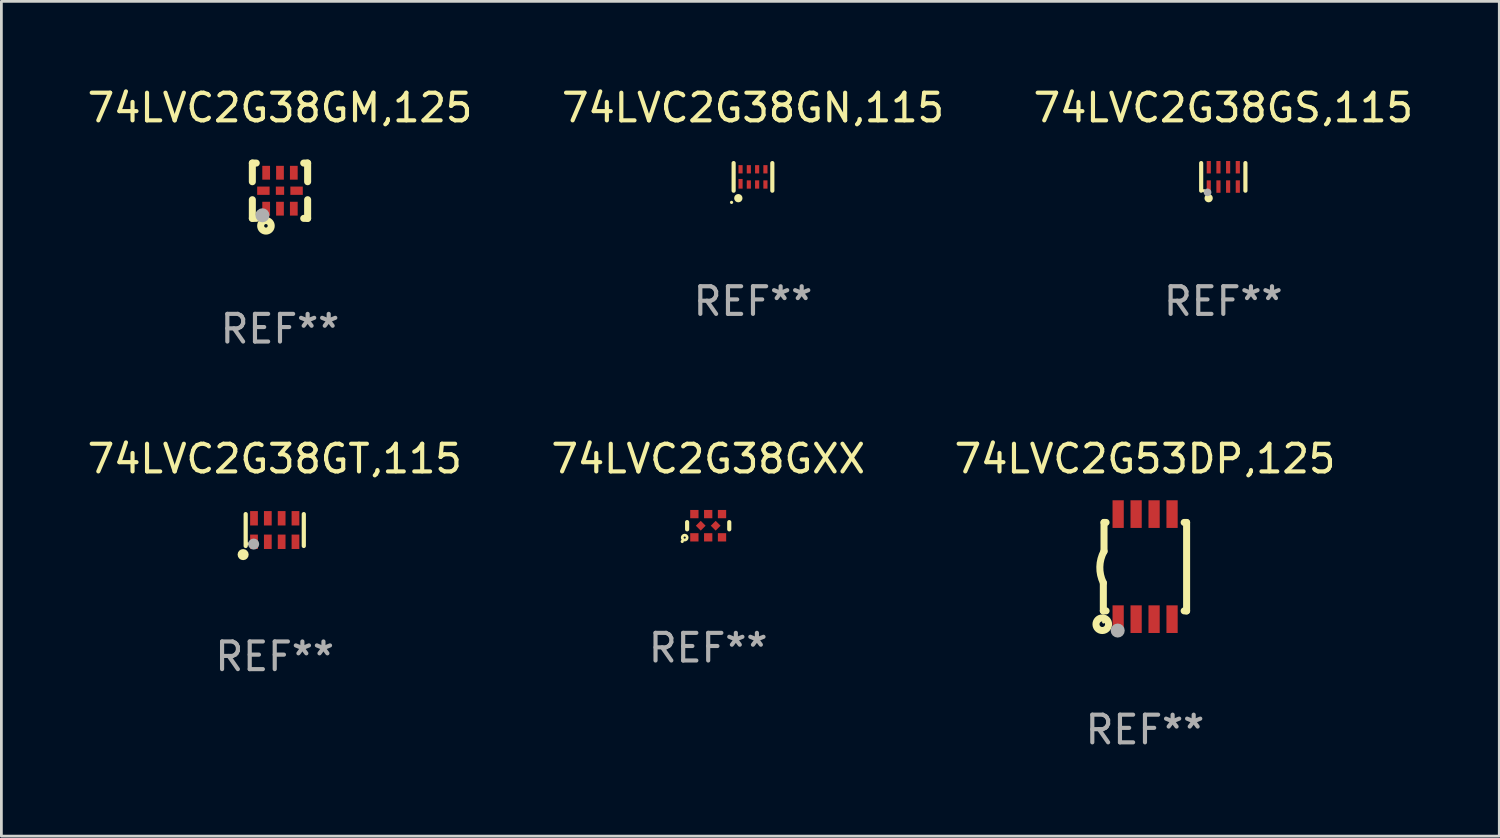
<source format=kicad_pcb>
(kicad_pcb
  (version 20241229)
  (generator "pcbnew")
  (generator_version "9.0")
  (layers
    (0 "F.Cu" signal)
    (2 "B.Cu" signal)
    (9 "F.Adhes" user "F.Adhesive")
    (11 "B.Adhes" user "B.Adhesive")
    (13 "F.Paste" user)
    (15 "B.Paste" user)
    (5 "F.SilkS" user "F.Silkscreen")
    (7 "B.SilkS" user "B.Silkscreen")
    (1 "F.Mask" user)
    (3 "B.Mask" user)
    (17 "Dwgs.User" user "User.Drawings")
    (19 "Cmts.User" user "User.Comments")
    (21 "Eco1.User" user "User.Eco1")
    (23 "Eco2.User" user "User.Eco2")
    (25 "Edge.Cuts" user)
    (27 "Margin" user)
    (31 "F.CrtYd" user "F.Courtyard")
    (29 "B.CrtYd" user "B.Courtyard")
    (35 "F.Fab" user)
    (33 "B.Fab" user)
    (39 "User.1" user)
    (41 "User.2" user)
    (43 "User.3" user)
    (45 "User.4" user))
  (footprint "74LVC2G38GT,115"
    (layer "F.Cu")
    (at 6.887 16.121)
    (property "Reference" "74LVC2G38GT,115" (at 0 -2.576 0) (layer "F.SilkS") (effects (font (size 1 1) (thickness 0.15))))
    (attr through_hole)
    (fp_line (start -1.051 0.576) (end -1.051 -0.576) (stroke (width 0.152) (type solid)) (layer "F.SilkS"))
    (fp_line (start 1.051 -0.576) (end 1.051 0.576) (stroke (width 0.152) (type solid)) (layer "F.SilkS"))
    (fp_circle (center -1.143 0.889) (end -1.043 0.889) (stroke (width 0.2) (type solid)) (fill no) (layer "F.SilkS"))
    (fp_circle (center -0.975 0.5) (end -0.945 0.5) (stroke (width 0.06) (type solid)) (fill no) (layer "F.SilkS"))
    (fp_circle (center -0.762 0.508) (end -0.662 0.508) (stroke (width 0.2) (type solid)) (fill no) (layer "F.Fab"))
    (fp_text user "REF**" (at 0 4.576 0) (layer "F.Fab") (effects (font (size 1 1) (thickness 0.15))))
    (pad "1" smd rect (at -0.75 0.425) (size 0.28 0.521) (layers "F.Cu" "F.Mask" "F.Paste"))
    (pad "2" smd rect (at -0.25 0.425) (size 0.28 0.521) (layers "F.Cu" "F.Mask" "F.Paste"))
    (pad "3" smd rect (at 0.25 0.425) (size 0.28 0.521) (layers "F.Cu" "F.Mask" "F.Paste"))
    (pad "4" smd rect (at 0.75 0.425) (size 0.28 0.521) (layers "F.Cu" "F.Mask" "F.Paste"))
    (pad "5" smd rect (at 0.75 -0.425) (size 0.28 0.521) (layers "F.Cu" "F.Mask" "F.Paste"))
    (pad "6" smd rect (at 0.25 -0.425) (size 0.28 0.521) (layers "F.Cu" "F.Mask" "F.Paste"))
    (pad "7" smd rect (at -0.25 -0.425) (size 0.28 0.521) (layers "F.Cu" "F.Mask" "F.Paste"))
    (pad "8" smd rect (at -0.75 -0.425) (size 0.28 0.521) (layers "F.Cu" "F.Mask" "F.Paste")))
  (footprint "74LVC2G38GS,115"
    (layer "F.Cu")
    (at 41.196 3.348)
    (property "Reference" "74LVC2G38GS,115" (at 0 -2.5 0) (layer "F.SilkS") (effects (font (size 1 1) (thickness 0.15))))
    (attr through_hole)
    (fp_line (start -0.8 -0.5) (end -0.8 0.5) (stroke (width 0.15) (type solid)) (layer "F.SilkS"))
    (fp_line (start 0.8 -0.5) (end 0.8 0.5) (stroke (width 0.15) (type solid)) (layer "F.SilkS"))
    (fp_circle (center -0.7 0.5) (end -0.67 0.5) (stroke (width 0.06) (type solid)) (fill no) (layer "F.SilkS"))
    (fp_circle (center -0.53 0.77) (end -0.454 0.77) (stroke (width 0.15) (type solid)) (fill no) (layer "F.SilkS"))
    (fp_circle (center -0.57 0.56) (end -0.5 0.56) (stroke (width 0.14) (type solid)) (fill no) (layer "F.Fab"))
    (fp_text user "REF**" (at 0 4.5 0) (layer "F.Fab") (effects (font (size 1 1) (thickness 0.15))))
    (pad "1" smd rect (at -0.525 0.35) (size 0.15 0.45) (layers "F.Cu" "F.Mask" "F.Paste"))
    (pad "2" smd rect (at -0.175 0.35) (size 0.15 0.45) (layers "F.Cu" "F.Mask" "F.Paste"))
    (pad "3" smd rect (at 0.175 0.35) (size 0.15 0.45) (layers "F.Cu" "F.Mask" "F.Paste"))
    (pad "4" smd rect (at 0.525 0.35) (size 0.15 0.45) (layers "F.Cu" "F.Mask" "F.Paste"))
    (pad "5" smd rect (at 0.525 -0.35) (size 0.15 0.45) (layers "F.Cu" "F.Mask" "F.Paste"))
    (pad "6" smd rect (at 0.175 -0.35) (size 0.15 0.45) (layers "F.Cu" "F.Mask" "F.Paste"))
    (pad "7" smd rect (at -0.175 -0.35) (size 0.15 0.45) (layers "F.Cu" "F.Mask" "F.Paste"))
    (pad "8" smd rect (at -0.525 -0.35) (size 0.15 0.45) (layers "F.Cu" "F.Mask" "F.Paste")))
  (footprint "74LVC2G38GN,115"
    (layer "F.Cu")
    (at 24.185 3.348)
    (property "Reference" "74LVC2G38GN,115" (at 0 -2.5 0) (layer "F.SilkS") (effects (font (size 1 1) (thickness 0.15))))
    (attr through_hole)
    (fp_line (start -0.7 -0.5) (end -0.7 0.5) (stroke (width 0.15) (type solid)) (layer "F.SilkS"))
    (fp_line (start 0.7 -0.5) (end 0.7 0.5) (stroke (width 0.15) (type solid)) (layer "F.SilkS"))
    (fp_circle (center -0.775 0.922) (end -0.745 0.922) (stroke (width 0.06) (type solid)) (fill no) (layer "F.SilkS"))
    (fp_circle (center -0.53 0.77) (end -0.454 0.77) (stroke (width 0.15) (type solid)) (fill no) (layer "F.SilkS"))
    (fp_text user "REF**" (at 0 4.5 0) (layer "F.Fab") (effects (font (size 1 1) (thickness 0.15))))
    (pad "1" smd rect (at -0.45 0.25) (size 0.15 0.35) (layers "F.Cu" "F.Mask" "F.Paste"))
    (pad "2" smd rect (at -0.15 0.275) (size 0.15 0.3) (layers "F.Cu" "F.Mask" "F.Paste"))
    (pad "3" smd rect (at 0.15 0.275) (size 0.15 0.3) (layers "F.Cu" "F.Mask" "F.Paste"))
    (pad "4" smd rect (at 0.45 0.275) (size 0.15 0.3) (layers "F.Cu" "F.Mask" "F.Paste"))
    (pad "5" smd rect (at 0.45 -0.275) (size 0.15 0.3) (layers "F.Cu" "F.Mask" "F.Paste"))
    (pad "6" smd rect (at 0.15 -0.275) (size 0.15 0.3) (layers "F.Cu" "F.Mask" "F.Paste"))
    (pad "7" smd rect (at -0.15 -0.275) (size 0.15 0.3) (layers "F.Cu" "F.Mask" "F.Paste"))
    (pad "8" smd rect (at -0.45 -0.275) (size 0.15 0.3) (layers "F.Cu" "F.Mask" "F.Paste")))
  (footprint "74LVC2G53DP,125"
    (layer "F.Cu")
    (at 38.363 17.445)
    (property "Reference" "74LVC2G53DP,125" (at 0 -3.9 0) (layer "F.SilkS") (effects (font (size 1 1) (thickness 0.15))))
    (attr through_hole)
    (fp_line (start -1.506 1.6) (end -1.506 0.584) (stroke (width 0.254) (type solid)) (layer "F.SilkS"))
    (fp_line (start -1.506 1.6) (end -1.407 1.6) (stroke (width 0.254) (type solid)) (layer "F.SilkS"))
    (fp_line (start -1.481 -1.599) (end -1.481 -0.549) (stroke (width 0.254) (type solid)) (layer "F.SilkS"))
    (fp_line (start -1.481 -1.599) (end -1.407 -1.599) (stroke (width 0.254) (type solid)) (layer "F.SilkS"))
    (fp_line (start 1.417 -1.599) (end 1.506 -1.599) (stroke (width 0.254) (type solid)) (layer "F.SilkS"))
    (fp_line (start 1.417 1.6) (end 1.506 1.6) (stroke (width 0.254) (type solid)) (layer "F.SilkS"))
    (fp_line (start 1.506 1.603) (end 1.506 -1.595) (stroke (width 0.254) (type solid)) (layer "F.SilkS"))
    (fp_arc (start -1.506223 0.584328) (mid -1.632455 0.00974) (end -1.480823 -0.558674) (stroke (width 0.254001) (type solid)) (layer "F.SilkS"))
    (fp_circle (center -1.544 2.083) (end -1.443 2.083) (stroke (width 0.254) (type solid)) (fill no) (layer "F.SilkS"))
    (fp_circle (center -1.495 2) (end -1.465 2) (stroke (width 0.06) (type solid)) (fill no) (layer "F.SilkS"))
    (fp_circle (center -0.986 2.312) (end -0.859 2.312) (stroke (width 0.254) (type solid)) (fill no) (layer "F.Fab"))
    (fp_text user "REF**" (at 0 5.9 0) (layer "F.Fab") (effects (font (size 1 1) (thickness 0.15))))
    (pad "1" smd rect (at -0.97 1.9 90) (size 1 0.406) (layers "F.Cu" "F.Mask" "F.Paste"))
    (pad "2" smd rect (at -0.32 1.9 90) (size 1 0.406) (layers "F.Cu" "F.Mask" "F.Paste"))
    (pad "3" smd rect (at 0.33 1.9 90) (size 1 0.406) (layers "F.Cu" "F.Mask" "F.Paste"))
    (pad "4" smd rect (at 0.98 1.9 90) (size 1 0.406) (layers "F.Cu" "F.Mask" "F.Paste"))
    (pad "5" smd rect (at 0.98 -1.9 90) (size 1 0.406) (layers "F.Cu" "F.Mask" "F.Paste"))
    (pad "6" smd rect (at 0.33 -1.9 90) (size 1 0.406) (layers "F.Cu" "F.Mask" "F.Paste"))
    (pad "7" smd rect (at -0.32 -1.9 90) (size 1 0.406) (layers "F.Cu" "F.Mask" "F.Paste"))
    (pad "8" smd rect (at -0.97 -1.9 90) (size 1 0.406) (layers "F.Cu" "F.Mask" "F.Paste")))
  (footprint "74LVC2G38GM,125"
    (layer "F.Cu")
    (at 7.077 3.848)
    (property "Reference" "74LVC2G38GM,125" (at 0 -3 0) (layer "F.SilkS") (effects (font (size 1 1) (thickness 0.15))))
    (attr through_hole)
    (fp_line (start -1 -1) (end -0.858 -1) (stroke (width 0.254) (type solid)) (layer "F.SilkS"))
    (fp_line (start -1 -0.325) (end -1 -1) (stroke (width 0.254) (type solid)) (layer "F.SilkS"))
    (fp_line (start -1 1) (end -1 0.325) (stroke (width 0.254) (type solid)) (layer "F.SilkS"))
    (fp_line (start -0.858 1) (end -1 1) (stroke (width 0.254) (type solid)) (layer "F.SilkS"))
    (fp_line (start 0.858 -1) (end 1 -1) (stroke (width 0.254) (type solid)) (layer "F.SilkS"))
    (fp_line (start 1 -1) (end 1 -0.325) (stroke (width 0.254) (type solid)) (layer "F.SilkS"))
    (fp_line (start 1 0.325) (end 1 1) (stroke (width 0.254) (type solid)) (layer "F.SilkS"))
    (fp_line (start 1 1) (end 0.858 1) (stroke (width 0.254) (type solid)) (layer "F.SilkS"))
    (fp_circle (center -0.8 0.8) (end -0.77 0.8) (stroke (width 0.06) (type solid)) (fill no) (layer "F.SilkS"))
    (fp_circle (center -0.508 1.27) (end -0.444 1.27) (stroke (width 0.254) (type solid)) (fill no) (layer "F.SilkS"))
    (fp_circle (center -0.635 0.889) (end -0.508 0.889) (stroke (width 0.254) (type solid)) (fill no) (layer "F.Fab"))
    (fp_text user "REF**" (at 0 5 0) (layer "F.Fab") (effects (font (size 1 1) (thickness 0.15))))
    (pad "1" smd rect (at -0.5 0.65 90) (size 0.5 0.28) (layers "F.Cu" "F.Mask" "F.Paste"))
    (pad "2" smd rect (at 0.000013 0.65 90) (size 0.5 0.28) (layers "F.Cu" "F.Mask" "F.Paste"))
    (pad "3" smd rect (at 0.5 0.65 90) (size 0.5 0.28) (layers "F.Cu" "F.Mask" "F.Paste"))
    (pad "4" smd rect (at 0.6 0.000076 180) (size 0.45 0.3) (layers "F.Cu" "F.Mask" "F.Paste"))
    (pad "5" smd rect (at 0.5 -0.65 90) (size 0.5 0.28) (layers "F.Cu" "F.Mask" "F.Paste"))
    (pad "6" smd rect (at 0.000013 -0.65 90) (size 0.5 0.28) (layers "F.Cu" "F.Mask" "F.Paste"))
    (pad "7" smd rect (at -0.5 -0.65 90) (size 0.5 0.28) (layers "F.Cu" "F.Mask" "F.Paste"))
    (pad "8" smd rect (at -0.6 0.000076 180) (size 0.45 0.3) (layers "F.Cu" "F.Mask" "F.Paste"))
    (pad "9" smd rect (at 0.000013 0.000076 180) (size 0.3 0.3) (layers "F.Cu" "F.Mask" "F.Paste")))
  (footprint "74LVC2G38GXX"
    (layer "F.Cu")
    (at 22.565 15.965)
    (property "Reference" "74LVC2G38GXX" (at 0 -2.42 0) (layer "F.SilkS") (effects (font (size 1 1) (thickness 0.15))))
    (attr through_hole)
    (fp_line (start -0.762 -0.131) (end -0.762 0.131) (stroke (width 0.15) (type solid)) (layer "F.SilkS"))
    (fp_line (start 0.762 -0.131) (end 0.762 0.131) (stroke (width 0.15) (type solid)) (layer "F.SilkS"))
    (fp_circle (center -0.939 0.57) (end -0.909 0.57) (stroke (width 0.06) (type solid)) (fill no) (layer "F.SilkS"))
    (fp_circle (center -0.85 0.43) (end -0.811 0.43) (stroke (width 0.1) (type solid)) (fill no) (layer "F.SilkS"))
    (fp_text user "REF**" (at 0 4.42 0) (layer "F.Fab") (effects (font (size 1 1) (thickness 0.15))))
    (pad "1" smd rect (at -0.5 0.42) (size 0.3 0.3) (layers "F.Cu" "F.Mask" "F.Paste"))
    (pad "2" smd rect (at 0.000127 0.42) (size 0.3 0.3) (layers "F.Cu" "F.Mask" "F.Paste"))
    (pad "3" smd rect (at 0.5 0.42) (size 0.3 0.3) (layers "F.Cu" "F.Mask" "F.Paste"))
    (pad "4" smd rect (at 0.27 0 45) (size 0.25 0.25) (layers "F.Cu" "F.Mask" "F.Paste"))
    (pad "5" smd rect (at 0.5 -0.42) (size 0.3 0.3) (layers "F.Cu" "F.Mask" "F.Paste"))
    (pad "6" smd rect (at 0.000127 -0.42) (size 0.3 0.3) (layers "F.Cu" "F.Mask" "F.Paste"))
    (pad "7" smd rect (at -0.5 -0.42) (size 0.3 0.3) (layers "F.Cu" "F.Mask" "F.Paste"))
    (pad "8" smd rect (at -0.27 0 45) (size 0.25 0.25) (layers "F.Cu" "F.Mask" "F.Paste")))
  (gr_rect
    (start -3 -3)
    (end 51.179 27.193)
    (stroke (width 0.1) (type default))
    (fill no)
    (layer "Edge.Cuts")))
</source>
